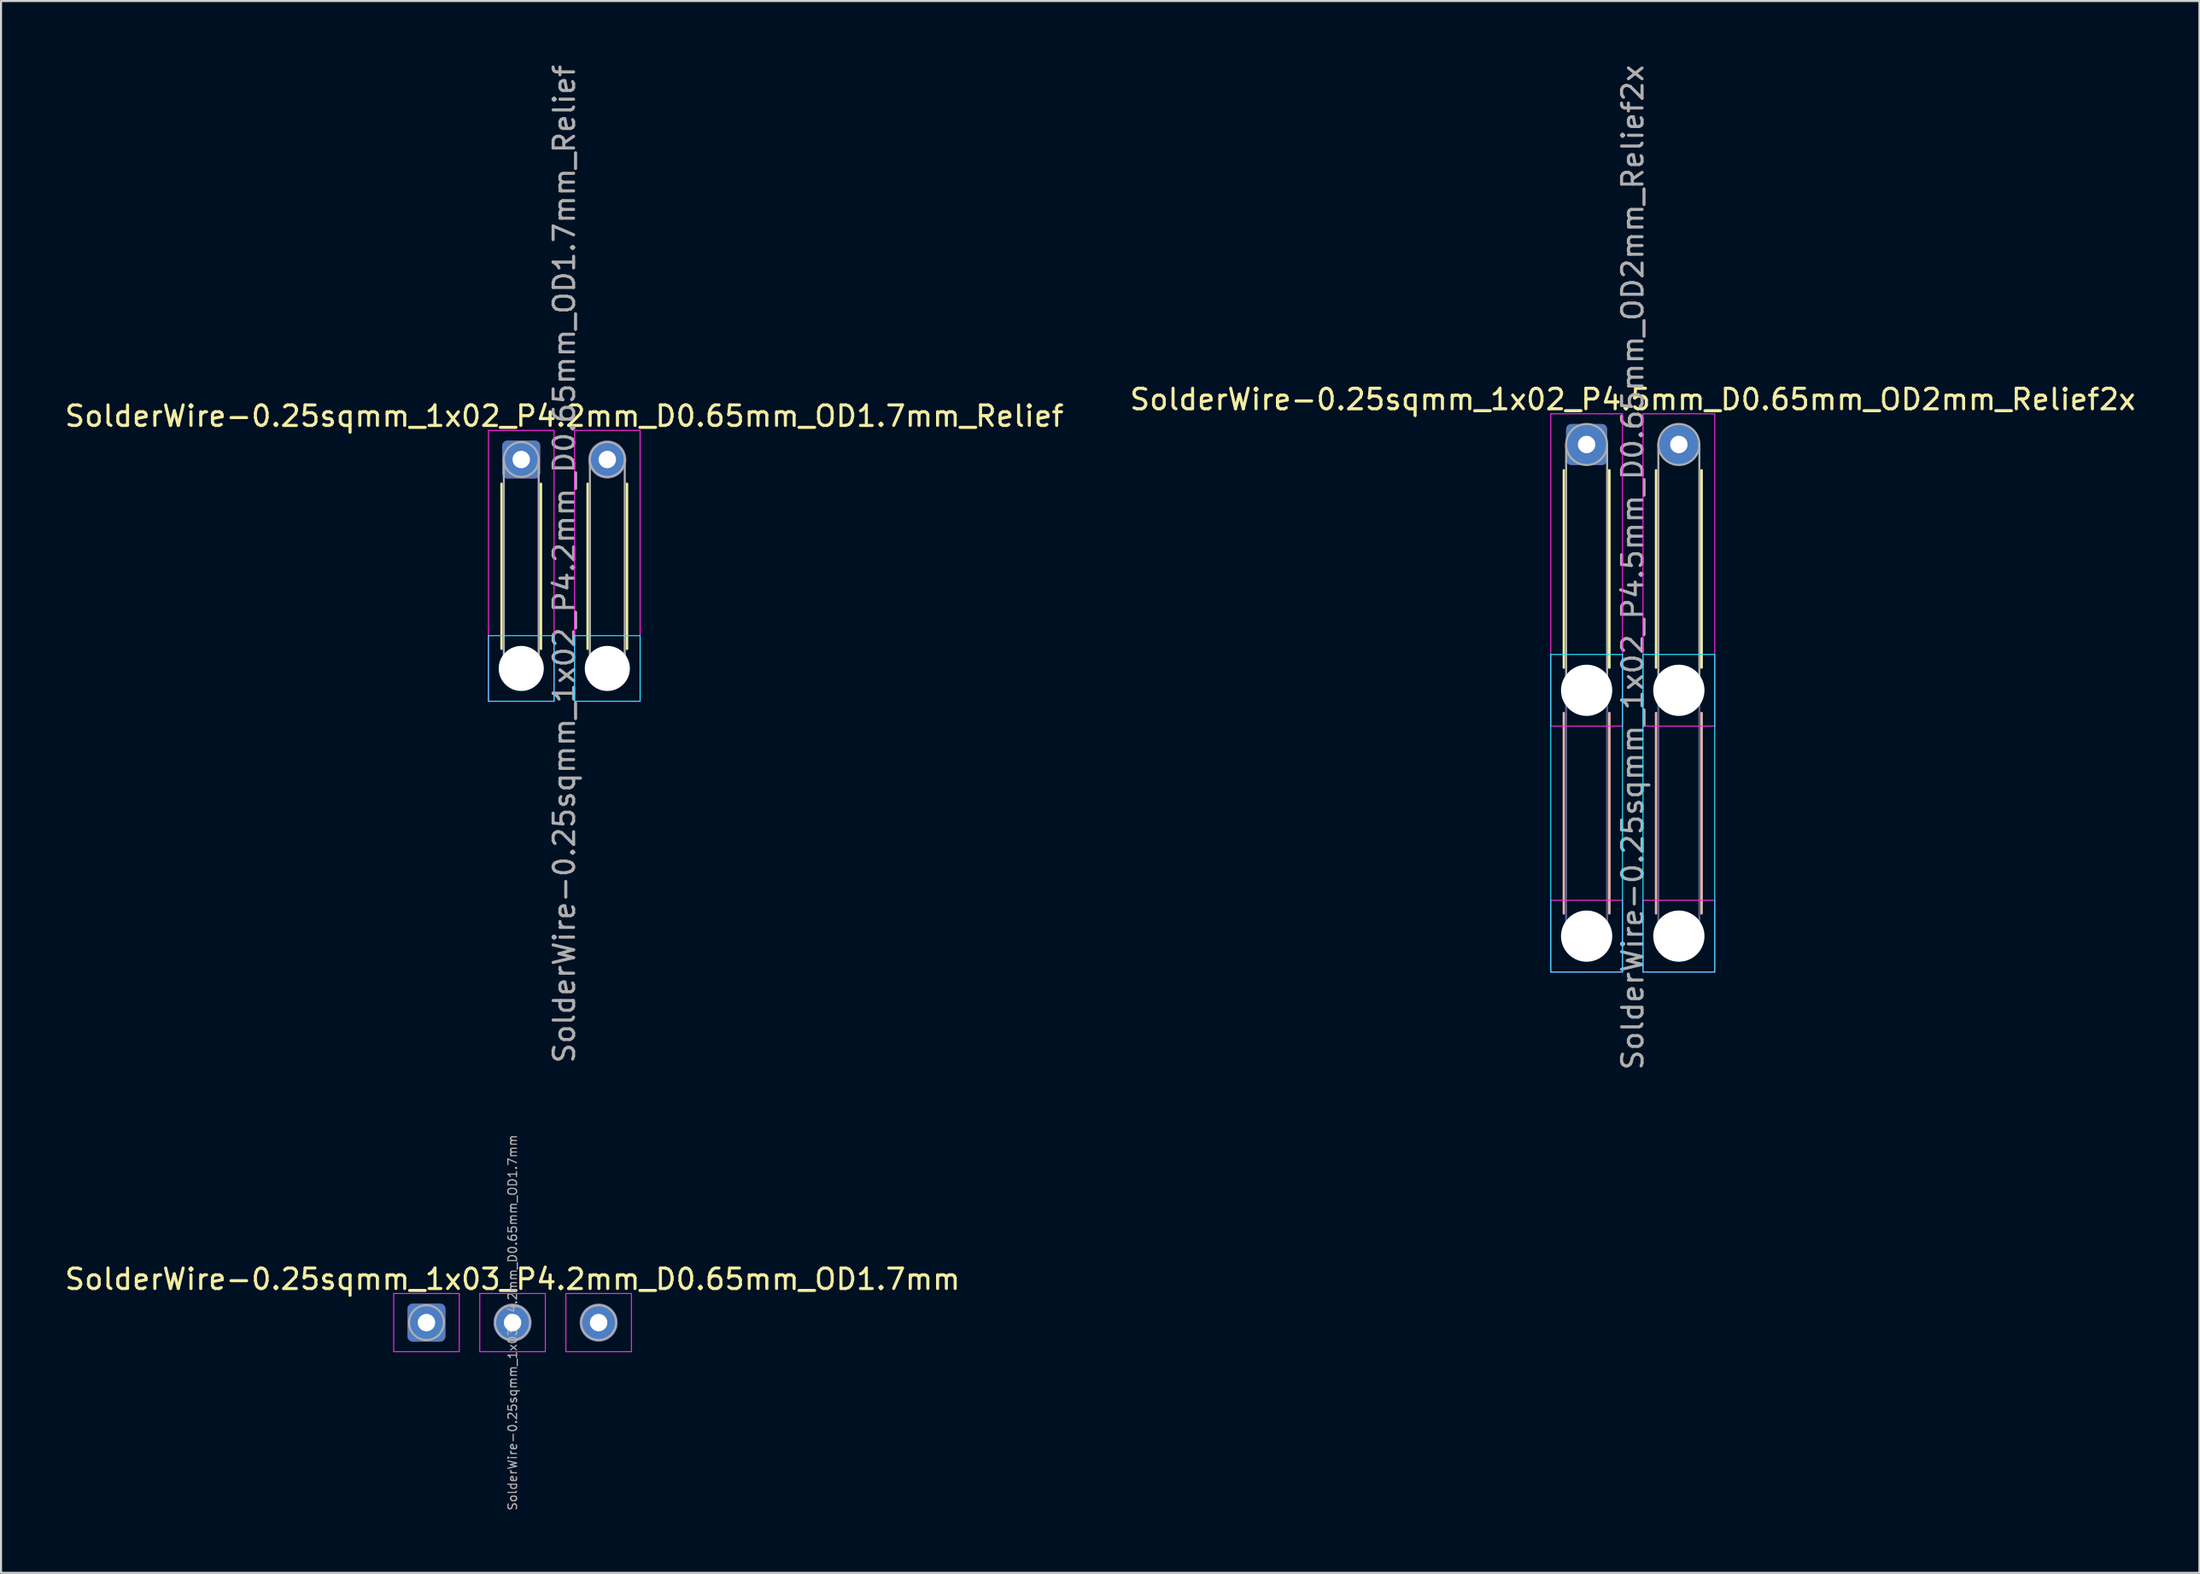
<source format=kicad_pcb>
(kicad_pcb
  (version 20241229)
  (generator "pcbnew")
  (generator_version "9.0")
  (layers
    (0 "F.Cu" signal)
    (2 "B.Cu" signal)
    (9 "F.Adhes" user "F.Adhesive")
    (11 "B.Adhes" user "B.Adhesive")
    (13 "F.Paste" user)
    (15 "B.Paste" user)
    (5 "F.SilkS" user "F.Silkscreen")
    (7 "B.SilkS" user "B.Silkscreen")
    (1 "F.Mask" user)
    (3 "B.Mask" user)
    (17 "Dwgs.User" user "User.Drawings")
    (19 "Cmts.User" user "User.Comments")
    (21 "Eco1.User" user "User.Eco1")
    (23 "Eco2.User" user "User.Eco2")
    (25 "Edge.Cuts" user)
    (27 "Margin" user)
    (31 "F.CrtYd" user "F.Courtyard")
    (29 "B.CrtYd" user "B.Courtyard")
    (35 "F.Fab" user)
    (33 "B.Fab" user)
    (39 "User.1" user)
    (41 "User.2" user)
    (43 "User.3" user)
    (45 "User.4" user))
  (footprint "SolderWire-0.25sqmm_1x03_P4.2mm_D0.65mm_OD1.7mm"
    (layer "F.Cu")
    (at 17.758 61.516)
    (property "Reference" "SolderWire-0.25sqmm_1x03_P4.2mm_D0.65mm_OD1.7mm" (at 4.2 -2.12 0) (layer "F.SilkS") (effects (font (size 1 1) (thickness 0.15))))
    (attr exclude_from_pos_files exclude_from_bom)
    (fp_line (start -1.6 -1.42) (end -1.6 1.42) (stroke (width 0.05) (type solid)) (layer "F.CrtYd"))
    (fp_line (start -1.6 1.42) (end 1.6 1.42) (stroke (width 0.05) (type solid)) (layer "F.CrtYd"))
    (fp_line (start 1.6 -1.42) (end -1.6 -1.42) (stroke (width 0.05) (type solid)) (layer "F.CrtYd"))
    (fp_line (start 1.6 1.42) (end 1.6 -1.42) (stroke (width 0.05) (type solid)) (layer "F.CrtYd"))
    (fp_line (start 2.6 -1.42) (end 2.6 1.42) (stroke (width 0.05) (type solid)) (layer "F.CrtYd"))
    (fp_line (start 2.6 1.42) (end 5.8 1.42) (stroke (width 0.05) (type solid)) (layer "F.CrtYd"))
    (fp_line (start 5.8 -1.42) (end 2.6 -1.42) (stroke (width 0.05) (type solid)) (layer "F.CrtYd"))
    (fp_line (start 5.8 1.42) (end 5.8 -1.42) (stroke (width 0.05) (type solid)) (layer "F.CrtYd"))
    (fp_line (start 6.8 -1.42) (end 6.8 1.42) (stroke (width 0.05) (type solid)) (layer "F.CrtYd"))
    (fp_line (start 6.8 1.42) (end 10 1.42) (stroke (width 0.05) (type solid)) (layer "F.CrtYd"))
    (fp_line (start 10 -1.42) (end 6.8 -1.42) (stroke (width 0.05) (type solid)) (layer "F.CrtYd"))
    (fp_line (start 10 1.42) (end 10 -1.42) (stroke (width 0.05) (type solid)) (layer "F.CrtYd"))
    (fp_circle (center 0 0) (end 0.85 0) (stroke (width 0.1) (type solid)) (fill no) (layer "F.Fab"))
    (fp_circle (center 4.2 0) (end 5.05 0) (stroke (width 0.1) (type solid)) (fill no) (layer "F.Fab"))
    (fp_circle (center 8.4 0) (end 9.25 0) (stroke (width 0.1) (type solid)) (fill no) (layer "F.Fab"))
    (fp_text user "${REFERENCE}" (at 4.2 0 90) (layer "F.Fab") (effects (font (size 0.42 0.42) (thickness 0.06))))
    (pad "1" thru_hole roundrect (at 0 0) (size 1.85 1.85) (drill 0.85) (layers "*.Cu" "*.Mask") (roundrect_rratio 0.135))
    (pad "2" thru_hole circle (at 4.2 0) (size 1.85 1.85) (drill 0.85) (layers "*.Cu" "*.Mask"))
    (pad "3" thru_hole circle (at 8.4 0) (size 1.85 1.85) (drill 0.85) (layers "*.Cu" "*.Mask")))
  (footprint "SolderWire-0.25sqmm_1x02_P4.5mm_D0.65mm_OD2mm_Relief2x"
    (layer "F.Cu")
    (at 74.363 18.649)
    (property "Reference" "SolderWire-0.25sqmm_1x02_P4.5mm_D0.65mm_OD2mm_Relief2x" (at 2.25 -2.2 0) (layer "F.SilkS") (effects (font (size 1 1) (thickness 0.15))))
    (attr exclude_from_pos_files exclude_from_bom)
    (fp_line (start -1.11 1.26) (end -1.11 10.89) (stroke (width 0.12) (type solid)) (layer "F.SilkS"))
    (fp_line (start 1.11 1.26) (end 1.11 10.89) (stroke (width 0.12) (type solid)) (layer "F.SilkS"))
    (fp_line (start 3.39 1.26) (end 3.39 10.89) (stroke (width 0.12) (type solid)) (layer "F.SilkS"))
    (fp_line (start 5.61 1.26) (end 5.61 10.89) (stroke (width 0.12) (type solid)) (layer "F.SilkS"))
    (fp_line (start -1.11 13.11) (end -1.11 22.89) (stroke (width 0.12) (type solid)) (layer "B.SilkS"))
    (fp_line (start 1.11 13.11) (end 1.11 22.89) (stroke (width 0.12) (type solid)) (layer "B.SilkS"))
    (fp_line (start 3.39 13.11) (end 3.39 22.89) (stroke (width 0.12) (type solid)) (layer "B.SilkS"))
    (fp_line (start 5.61 13.11) (end 5.61 22.89) (stroke (width 0.12) (type solid)) (layer "B.SilkS"))
    (fp_line (start -1.75 10.25) (end -1.75 25.75) (stroke (width 0.05) (type solid)) (layer "B.CrtYd"))
    (fp_line (start -1.75 25.75) (end 1.75 25.75) (stroke (width 0.05) (type solid)) (layer "B.CrtYd"))
    (fp_line (start 1.75 10.25) (end -1.75 10.25) (stroke (width 0.05) (type solid)) (layer "B.CrtYd"))
    (fp_line (start 1.75 25.75) (end 1.75 10.25) (stroke (width 0.05) (type solid)) (layer "B.CrtYd"))
    (fp_line (start 2.75 10.25) (end 2.75 25.75) (stroke (width 0.05) (type solid)) (layer "B.CrtYd"))
    (fp_line (start 2.75 25.75) (end 6.25 25.75) (stroke (width 0.05) (type solid)) (layer "B.CrtYd"))
    (fp_line (start 6.25 10.25) (end 2.75 10.25) (stroke (width 0.05) (type solid)) (layer "B.CrtYd"))
    (fp_line (start 6.25 25.75) (end 6.25 10.25) (stroke (width 0.05) (type solid)) (layer "B.CrtYd"))
    (fp_line (start -1.75 -1.5) (end -1.75 13.75) (stroke (width 0.05) (type solid)) (layer "F.CrtYd"))
    (fp_line (start -1.75 13.75) (end 1.75 13.75) (stroke (width 0.05) (type solid)) (layer "F.CrtYd"))
    (fp_line (start -1.75 22.25) (end -1.75 25.75) (stroke (width 0.05) (type solid)) (layer "F.CrtYd"))
    (fp_line (start -1.75 25.75) (end 1.75 25.75) (stroke (width 0.05) (type solid)) (layer "F.CrtYd"))
    (fp_line (start 1.75 -1.5) (end -1.75 -1.5) (stroke (width 0.05) (type solid)) (layer "F.CrtYd"))
    (fp_line (start 1.75 13.75) (end 1.75 -1.5) (stroke (width 0.05) (type solid)) (layer "F.CrtYd"))
    (fp_line (start 1.75 22.25) (end -1.75 22.25) (stroke (width 0.05) (type solid)) (layer "F.CrtYd"))
    (fp_line (start 1.75 25.75) (end 1.75 22.25) (stroke (width 0.05) (type solid)) (layer "F.CrtYd"))
    (fp_line (start 2.75 -1.5) (end 2.75 13.75) (stroke (width 0.05) (type solid)) (layer "F.CrtYd"))
    (fp_line (start 2.75 13.75) (end 6.25 13.75) (stroke (width 0.05) (type solid)) (layer "F.CrtYd"))
    (fp_line (start 2.75 22.25) (end 2.75 25.75) (stroke (width 0.05) (type solid)) (layer "F.CrtYd"))
    (fp_line (start 2.75 25.75) (end 6.25 25.75) (stroke (width 0.05) (type solid)) (layer "F.CrtYd"))
    (fp_line (start 6.25 -1.5) (end 2.75 -1.5) (stroke (width 0.05) (type solid)) (layer "F.CrtYd"))
    (fp_line (start 6.25 13.75) (end 6.25 -1.5) (stroke (width 0.05) (type solid)) (layer "F.CrtYd"))
    (fp_line (start 6.25 22.25) (end 2.75 22.25) (stroke (width 0.05) (type solid)) (layer "F.CrtYd"))
    (fp_line (start 6.25 25.75) (end 6.25 22.25) (stroke (width 0.05) (type solid)) (layer "F.CrtYd"))
    (fp_line (start -1 12) (end -1 24) (stroke (width 0.1) (type solid)) (layer "B.Fab"))
    (fp_line (start 1 12) (end 1 24) (stroke (width 0.1) (type solid)) (layer "B.Fab"))
    (fp_line (start 3.5 12) (end 3.5 24) (stroke (width 0.1) (type solid)) (layer "B.Fab"))
    (fp_line (start 5.5 12) (end 5.5 24) (stroke (width 0.1) (type solid)) (layer "B.Fab"))
    (fp_circle (center 0 12) (end 1 12) (stroke (width 0.1) (type solid)) (fill no) (layer "B.Fab"))
    (fp_circle (center 0 24) (end 1 24) (stroke (width 0.1) (type solid)) (fill no) (layer "B.Fab"))
    (fp_circle (center 4.5 12) (end 5.5 12) (stroke (width 0.1) (type solid)) (fill no) (layer "B.Fab"))
    (fp_circle (center 4.5 24) (end 5.5 24) (stroke (width 0.1) (type solid)) (fill no) (layer "B.Fab"))
    (fp_line (start -1 0) (end -1 12) (stroke (width 0.1) (type solid)) (layer "F.Fab"))
    (fp_line (start 1 0) (end 1 12) (stroke (width 0.1) (type solid)) (layer "F.Fab"))
    (fp_line (start 3.5 0) (end 3.5 12) (stroke (width 0.1) (type solid)) (layer "F.Fab"))
    (fp_line (start 5.5 0) (end 5.5 12) (stroke (width 0.1) (type solid)) (layer "F.Fab"))
    (fp_circle (center 0 0) (end 1 0) (stroke (width 0.1) (type solid)) (fill no) (layer "F.Fab"))
    (fp_circle (center 0 12) (end 1 12) (stroke (width 0.1) (type solid)) (fill no) (layer "F.Fab"))
    (fp_circle (center 0 24) (end 1 24) (stroke (width 0.1) (type solid)) (fill no) (layer "F.Fab"))
    (fp_circle (center 4.5 0) (end 5.5 0) (stroke (width 0.1) (type solid)) (fill no) (layer "F.Fab"))
    (fp_circle (center 4.5 12) (end 5.5 12) (stroke (width 0.1) (type solid)) (fill no) (layer "F.Fab"))
    (fp_circle (center 4.5 24) (end 5.5 24) (stroke (width 0.1) (type solid)) (fill no) (layer "F.Fab"))
    (fp_text user "${REFERENCE}" (at 2.25 6 90) (layer "F.Fab") (effects (font (size 1 1) (thickness 0.15))))
    (pad "" np_thru_hole circle (at 0 12) (size 2.5 2.5) (drill 2.5) (layers "*.Cu" "*.Mask"))
    (pad "" np_thru_hole circle (at 0 24) (size 2.5 2.5) (drill 2.5) (layers "*.Cu" "*.Mask"))
    (pad "" np_thru_hole circle (at 4.5 12) (size 2.5 2.5) (drill 2.5) (layers "*.Cu" "*.Mask"))
    (pad "" np_thru_hole circle (at 4.5 24) (size 2.5 2.5) (drill 2.5) (layers "*.Cu" "*.Mask"))
    (pad "1" thru_hole roundrect (at 0 0) (size 2 2) (drill 0.85) (layers "*.Cu" "*.Mask") (roundrect_rratio 0.125))
    (pad "2" thru_hole circle (at 4.5 0) (size 2 2) (drill 0.85) (layers "*.Cu" "*.Mask")))
  (footprint "SolderWire-0.25sqmm_1x02_P4.2mm_D0.65mm_OD1.7mm_Relief"
    (layer "F.Cu")
    (at 22.382 19.382)
    (property "Reference" "SolderWire-0.25sqmm_1x02_P4.2mm_D0.65mm_OD1.7mm_Relief" (at 2.1 -2.12 0) (layer "F.SilkS") (effects (font (size 1 1) (thickness 0.15))))
    (attr exclude_from_pos_files exclude_from_bom)
    (fp_line (start -0.96 1.185) (end -0.96 9.24) (stroke (width 0.12) (type solid)) (layer "F.SilkS"))
    (fp_line (start 0.96 1.185) (end 0.96 9.24) (stroke (width 0.12) (type solid)) (layer "F.SilkS"))
    (fp_line (start 3.24 1.185) (end 3.24 9.24) (stroke (width 0.12) (type solid)) (layer "F.SilkS"))
    (fp_line (start 5.16 1.185) (end 5.16 9.24) (stroke (width 0.12) (type solid)) (layer "F.SilkS"))
    (fp_line (start -1.6 8.6) (end -1.6 11.8) (stroke (width 0.05) (type solid)) (layer "B.CrtYd"))
    (fp_line (start -1.6 11.8) (end 1.6 11.8) (stroke (width 0.05) (type solid)) (layer "B.CrtYd"))
    (fp_line (start 1.6 8.6) (end -1.6 8.6) (stroke (width 0.05) (type solid)) (layer "B.CrtYd"))
    (fp_line (start 1.6 11.8) (end 1.6 8.6) (stroke (width 0.05) (type solid)) (layer "B.CrtYd"))
    (fp_line (start 2.6 8.6) (end 2.6 11.8) (stroke (width 0.05) (type solid)) (layer "B.CrtYd"))
    (fp_line (start 2.6 11.8) (end 5.8 11.8) (stroke (width 0.05) (type solid)) (layer "B.CrtYd"))
    (fp_line (start 5.8 8.6) (end 2.6 8.6) (stroke (width 0.05) (type solid)) (layer "B.CrtYd"))
    (fp_line (start 5.8 11.8) (end 5.8 8.6) (stroke (width 0.05) (type solid)) (layer "B.CrtYd"))
    (fp_line (start -1.6 -1.42) (end -1.6 11.8) (stroke (width 0.05) (type solid)) (layer "F.CrtYd"))
    (fp_line (start -1.6 11.8) (end 1.6 11.8) (stroke (width 0.05) (type solid)) (layer "F.CrtYd"))
    (fp_line (start 1.6 -1.42) (end -1.6 -1.42) (stroke (width 0.05) (type solid)) (layer "F.CrtYd"))
    (fp_line (start 1.6 11.8) (end 1.6 -1.42) (stroke (width 0.05) (type solid)) (layer "F.CrtYd"))
    (fp_line (start 2.6 -1.42) (end 2.6 11.8) (stroke (width 0.05) (type solid)) (layer "F.CrtYd"))
    (fp_line (start 2.6 11.8) (end 5.8 11.8) (stroke (width 0.05) (type solid)) (layer "F.CrtYd"))
    (fp_line (start 5.8 -1.42) (end 2.6 -1.42) (stroke (width 0.05) (type solid)) (layer "F.CrtYd"))
    (fp_line (start 5.8 11.8) (end 5.8 -1.42) (stroke (width 0.05) (type solid)) (layer "F.CrtYd"))
    (fp_line (start -0.85 0) (end -0.85 10.2) (stroke (width 0.1) (type solid)) (layer "F.Fab"))
    (fp_line (start 0.85 0) (end 0.85 10.2) (stroke (width 0.1) (type solid)) (layer "F.Fab"))
    (fp_line (start 3.35 0) (end 3.35 10.2) (stroke (width 0.1) (type solid)) (layer "F.Fab"))
    (fp_line (start 5.05 0) (end 5.05 10.2) (stroke (width 0.1) (type solid)) (layer "F.Fab"))
    (fp_circle (center 0 0) (end 0.85 0) (stroke (width 0.1) (type solid)) (fill no) (layer "F.Fab"))
    (fp_circle (center 0 10.2) (end 0.85 10.2) (stroke (width 0.1) (type solid)) (fill no) (layer "F.Fab"))
    (fp_circle (center 4.2 0) (end 5.05 0) (stroke (width 0.1) (type solid)) (fill no) (layer "F.Fab"))
    (fp_circle (center 4.2 10.2) (end 5.05 10.2) (stroke (width 0.1) (type solid)) (fill no) (layer "F.Fab"))
    (fp_text user "${REFERENCE}" (at 2.1 5.1 90) (layer "F.Fab") (effects (font (size 1 1) (thickness 0.15))))
    (pad "" np_thru_hole circle (at 0 10.2) (size 2.2 2.2) (drill 2.2) (layers "*.Cu" "*.Mask"))
    (pad "" np_thru_hole circle (at 4.2 10.2) (size 2.2 2.2) (drill 2.2) (layers "*.Cu" "*.Mask"))
    (pad "1" thru_hole roundrect (at 0 0) (size 1.85 1.85) (drill 0.85) (layers "*.Cu" "*.Mask") (roundrect_rratio 0.135))
    (pad "2" thru_hole circle (at 4.2 0) (size 1.85 1.85) (drill 0.85) (layers "*.Cu" "*.Mask")))
  (gr_rect
    (start -3 -3)
    (end 104.262 73.734)
    (stroke (width 0.1) (type default))
    (fill no)
    (layer "Edge.Cuts")))
</source>
